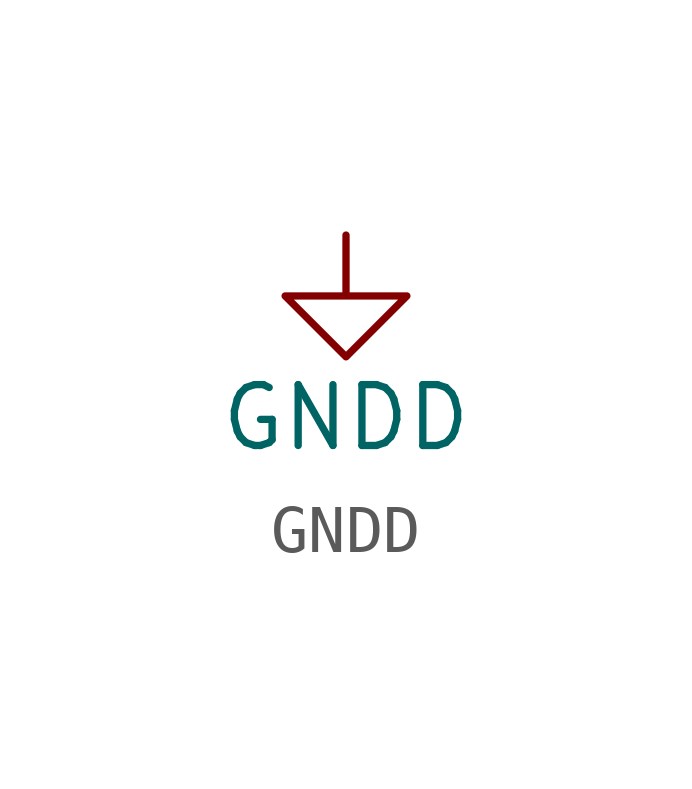
<source format=kicad_sym>
(kicad_symbol_lib
  (version 20211014)
  (generator kicad_symbol_editor)
  (symbol "GNDD"
    (power)
    (pin_names
      (offset 0))
    (property "Reference" "#PWR"
      (at 0 -6.35 0)
      (effects (font (size 1.27 1.27)) hide))
    (property "Value" "GNDD"
      (at 0 -3.81 0)
      (effects (font (size 1.27 1.27))))
    (property "Footprint" ""
      (at 0 0 0)
      (effects (font (size 1.524 1.524))))
    (property "Datasheet" ""
      (at 0 0 0)
      (effects (font (size 1.524 1.524))))
    (symbol "GNDD_0_1"
      (polyline (pts (xy 0 0) (xy 0 -1.27) (xy 1.27 -1.27) (xy 0 -2.54) (xy -1.27 -1.27) (xy 0 -1.27)) (stroke (width 0) (type default) (color 0 0 0 0)) (fill (type none))))
    (symbol "GNDD_1_1"
      (pin power_in line (at 0 0 270) (length 0) hide (name "GNDD" (effects (font (size 1.27 1.27)))) (number "1" (effects (font (size 1.27 1.27))))))))
</source>
